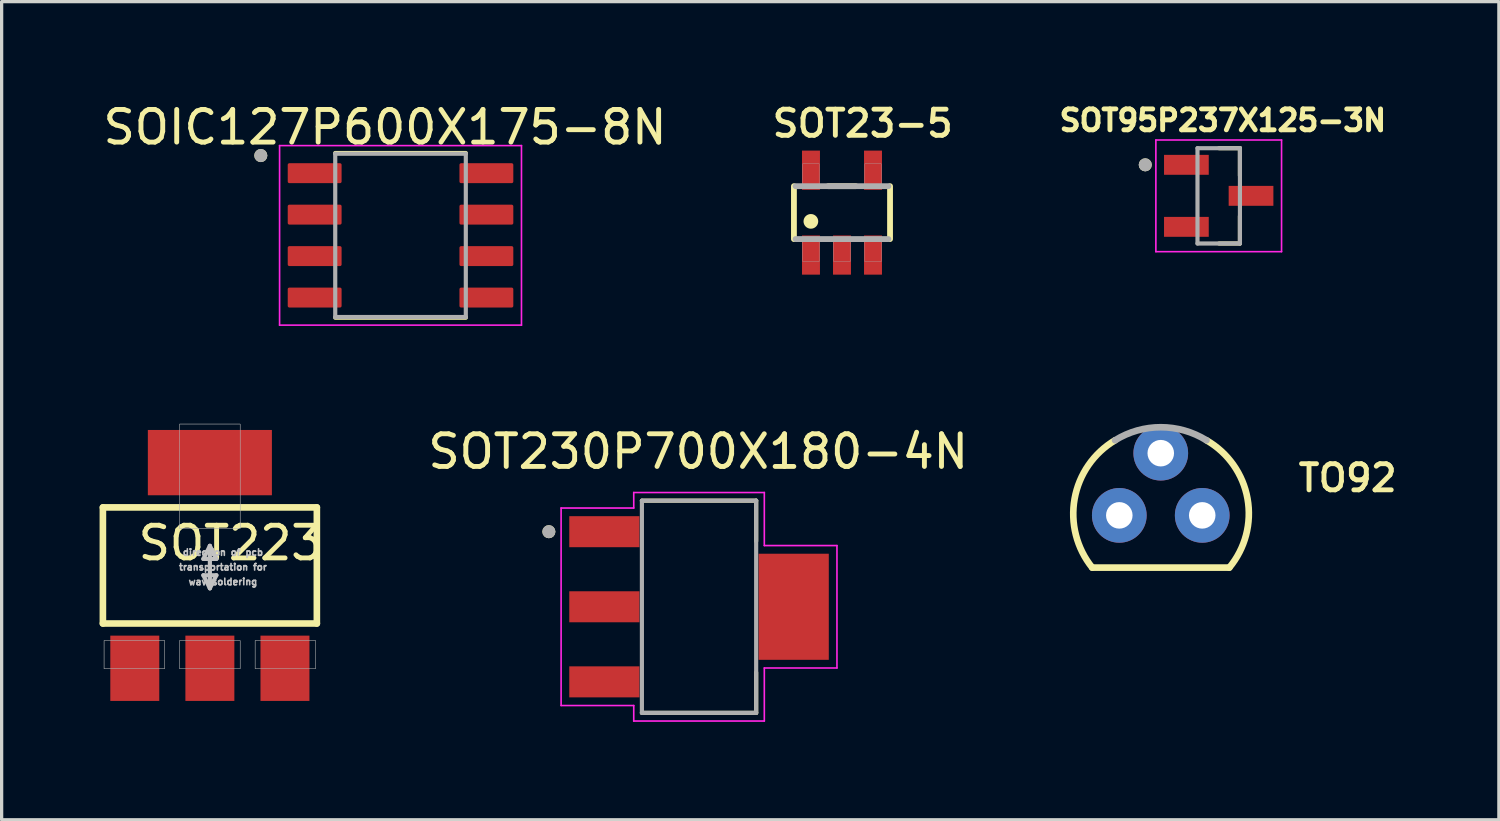
<source format=kicad_pcb>
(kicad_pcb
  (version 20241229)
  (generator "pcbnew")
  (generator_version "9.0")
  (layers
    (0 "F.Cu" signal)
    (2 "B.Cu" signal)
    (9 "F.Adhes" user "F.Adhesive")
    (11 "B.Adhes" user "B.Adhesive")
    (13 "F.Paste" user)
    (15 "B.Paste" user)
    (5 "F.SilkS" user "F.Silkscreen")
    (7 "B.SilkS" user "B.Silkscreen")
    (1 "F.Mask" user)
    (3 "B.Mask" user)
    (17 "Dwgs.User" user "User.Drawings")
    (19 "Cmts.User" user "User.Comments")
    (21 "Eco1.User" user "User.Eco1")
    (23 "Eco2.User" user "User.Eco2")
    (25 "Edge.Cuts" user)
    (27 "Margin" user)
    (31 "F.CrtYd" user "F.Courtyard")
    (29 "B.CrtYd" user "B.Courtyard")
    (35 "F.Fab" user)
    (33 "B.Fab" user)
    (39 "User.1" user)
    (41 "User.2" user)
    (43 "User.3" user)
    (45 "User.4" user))
  (footprint "SOT223"
    (layer "F.Cu")
    (at 3.379 14.271)
    (property "Reference" "SOT223" (at 0.635 -0.686 0) (layer "F.SilkS") (effects (font (size 1.001 1.001) (thickness 0.15))))
    (attr smd)
    (fp_line (start -3.277 -1.778) (end 3.277 -1.778) (stroke (width 0.203) (type solid)) (layer "F.SilkS"))
    (fp_line (start -3.277 1.778) (end -3.277 -1.778) (stroke (width 0.203) (type solid)) (layer "F.SilkS"))
    (fp_line (start 3.277 -1.778) (end 3.277 1.778) (stroke (width 0.203) (type solid)) (layer "F.SilkS"))
    (fp_line (start 3.277 1.778) (end -3.277 1.778) (stroke (width 0.203) (type solid)) (layer "F.SilkS"))
    (fp_line (start -0.2 -0.2) (end 0.2 -0.2) (stroke (width 0.127) (type solid)) (layer "Dwgs.User"))
    (fp_line (start -0.2 0.3) (end 0 0.7) (stroke (width 0.127) (type solid)) (layer "Dwgs.User"))
    (fp_line (start 0 -0.6) (end -0.2 -0.2) (stroke (width 0.127) (type solid)) (layer "Dwgs.User"))
    (fp_line (start 0 0.7) (end 0 -0.6) (stroke (width 0.127) (type solid)) (layer "Dwgs.User"))
    (fp_line (start 0 0.7) (end 0.2 0.3) (stroke (width 0.127) (type solid)) (layer "Dwgs.User"))
    (fp_line (start 0.2 -0.2) (end 0 -0.6) (stroke (width 0.127) (type solid)) (layer "Dwgs.User"))
    (fp_line (start 0.2 0.3) (end -0.2 0.3) (stroke (width 0.127) (type solid)) (layer "Dwgs.User"))
    (fp_poly (pts (xy -3.244 2.299) (xy -1.384 2.299) (xy -1.384 3.167) (xy -3.244 3.167)) (stroke (width 0.01) (type solid)) (fill no) (layer "F.Fab"))
    (fp_poly (pts (xy -3.239 2.299) (xy -1.384 2.299) (xy -1.384 3.163) (xy -3.239 3.163)) (stroke (width 0.01) (type solid)) (fill no) (layer "F.Fab"))
    (fp_poly (pts (xy -0.929 2.299) (xy 0.927 2.299) (xy 0.927 3.167) (xy -0.929 3.167)) (stroke (width 0.01) (type solid)) (fill no) (layer "F.Fab"))
    (fp_poly (pts (xy -0.928 2.299) (xy 0.927 2.299) (xy 0.927 3.166) (xy -0.928 3.166)) (stroke (width 0.01) (type solid)) (fill no) (layer "F.Fab"))
    (fp_poly (pts (xy -0.928 -4.331) (xy 0.927 -4.331) (xy 0.927 -1.131) (xy -0.928 -1.131)) (stroke (width 0.01) (type solid)) (fill no) (layer "F.Fab"))
    (fp_poly (pts (xy -0.927 -4.331) (xy 0.927 -4.331) (xy 0.927 -1.13) (xy -0.927 -1.13)) (stroke (width 0.01) (type solid)) (fill no) (layer "F.Fab"))
    (fp_poly (pts (xy 1.385 2.299) (xy 3.239 2.299) (xy 3.239 3.164) (xy 1.385 3.164)) (stroke (width 0.01) (type solid)) (fill no) (layer "F.Fab"))
    (fp_poly (pts (xy 1.386 2.299) (xy 3.239 2.299) (xy 3.239 3.166) (xy 1.386 3.166)) (stroke (width 0.01) (type solid)) (fill no) (layer "F.Fab"))
    (fp_text user "wavesoldering" (at 0.4 0.501 0) (layer "Dwgs.User") (effects (font (size 0.2 0.2) (thickness 0.15))))
    (fp_text user "direction of pcb" (at 0.4 -0.4 0) (layer "Dwgs.User") (effects (font (size 0.2 0.2) (thickness 0.15))))
    (fp_text user "transportation for" (at 0.4 0.05 0) (layer "Dwgs.User") (effects (font (size 0.2 0.2) (thickness 0.15))))
    (pad "1" smd rect (at -2.3 3.15) (size 1.5 2) (layers "F.Cu" "F.Mask" "F.Paste"))
    (pad "2" smd rect (at 0 3.15) (size 1.5 2) (layers "F.Cu" "F.Mask" "F.Paste"))
    (pad "3" smd rect (at 2.3 3.15) (size 1.5 2) (layers "F.Cu" "F.Mask" "F.Paste"))
    (pad "4" smd rect (at 0 -3.15) (size 3.8 2) (layers "F.Cu" "F.Mask" "F.Paste")))
  (footprint "TO92"
    (layer "F.Cu")
    (at 32.507 12.737)
    (property "Reference" "TO92" (at 5.724 -1.145 0) (layer "F.SilkS") (effects (font (size 0.801 0.801) (thickness 0.15))))
    (attr through_hole)
    (fp_line (start -2.1 1.6) (end 2.1 1.6) (stroke (width 0.203) (type solid)) (layer "F.SilkS"))
    (fp_arc (start -2.1 1.6) (mid -2.639254 -0.50961) (end -1.4 -2.3) (stroke (width 0.2032) (type solid)) (layer "F.SilkS"))
    (fp_arc (start 1.4 -2.3) (mid 2.657213 -0.512833) (end 2.1 1.6) (stroke (width 0.2032) (type solid)) (layer "F.SilkS"))
    (fp_arc (start -1.4 -2.3) (mid 0 -2.7) (end 1.4 -2.3) (stroke (width 0.2032) (type solid)) (layer "F.Fab"))
    (pad "1" thru_hole circle (at 1.27 0) (size 1.676 1.676) (drill 0.813) (layers "*.Cu" "*.Mask"))
    (pad "2" thru_hole circle (at 0 -1.905) (size 1.676 1.676) (drill 0.813) (layers "*.Cu" "*.Mask"))
    (pad "3" thru_hole circle (at -1.27 0) (size 1.676 1.676) (drill 0.813) (layers "*.Cu" "*.Mask")))
  (footprint "SOT23-5"
    (layer "F.Cu")
    (at 22.742 3.463)
    (property "Reference" "SOT23-5" (at 0.635 -2.731 0) (layer "F.SilkS") (effects (font (size 0.8 0.8) (thickness 0.15))))
    (attr smd)
    (fp_line (start -1.472 0.81) (end -1.472 -0.81) (stroke (width 0.178) (type solid)) (layer "F.SilkS"))
    (fp_line (start -0.422 -0.81) (end 0.422 -0.81) (stroke (width 0.178) (type solid)) (layer "F.SilkS"))
    (fp_line (start 1.472 -0.81) (end 1.472 0.81) (stroke (width 0.178) (type solid)) (layer "F.SilkS"))
    (fp_circle (center -0.953 0.268) (end -0.728 0.268) (stroke (width 0) (type solid)) (fill yes) (layer "F.SilkS"))
    (fp_line (start -1.422 -0.81) (end 1.422 -0.81) (stroke (width 0.178) (type solid)) (layer "F.Fab"))
    (fp_line (start 1.422 0.81) (end -1.422 0.81) (stroke (width 0.178) (type solid)) (layer "F.Fab"))
    (fp_poly (pts (xy -1.202 0.85) (xy -0.7 0.85) (xy -0.7 1.502) (xy -1.202 1.502)) (stroke (width 0.01) (type solid)) (fill no) (layer "F.Fab"))
    (fp_poly (pts (xy -1.202 -1.5) (xy -0.7 -1.5) (xy -0.7 -0.851) (xy -1.202 -0.851)) (stroke (width 0.01) (type solid)) (fill no) (layer "F.Fab"))
    (fp_poly (pts (xy -0.25 0.85) (xy 0.25 0.85) (xy 0.25 1.501) (xy -0.25 1.501)) (stroke (width 0.01) (type solid)) (fill no) (layer "F.Fab"))
    (fp_poly (pts (xy 0.701 -1.5) (xy 1.2 -1.5) (xy 1.2 -0.851) (xy 0.701 -0.851)) (stroke (width 0.01) (type solid)) (fill no) (layer "F.Fab"))
    (fp_poly (pts (xy 0.701 0.85) (xy 1.2 0.85) (xy 1.2 1.503) (xy 0.701 1.503)) (stroke (width 0.01) (type solid)) (fill no) (layer "F.Fab"))
    (pad "1" smd rect (at -0.95 1.3) (size 0.55 1.2) (layers "F.Cu" "F.Mask" "F.Paste"))
    (pad "2" smd rect (at 0 1.3) (size 0.55 1.2) (layers "F.Cu" "F.Mask" "F.Paste"))
    (pad "3" smd rect (at 0.95 1.3) (size 0.55 1.2) (layers "F.Cu" "F.Mask" "F.Paste"))
    (pad "4" smd rect (at 0.95 -1.3) (size 0.55 1.2) (layers "F.Cu" "F.Mask" "F.Paste"))
    (pad "5" smd rect (at -0.95 -1.3) (size 0.55 1.2) (layers "F.Cu" "F.Mask" "F.Paste")))
  (footprint "SOIC127P600X175-8N"
    (layer "F.Cu")
    (at 9.219 4.16)
    (property "Reference" "SOIC127P600X175-8N" (at -0.475 -3.312 0) (layer "F.SilkS") (effects (font (size 1 1) (thickness 0.15))))
    (attr smd)
    (fp_line (start -2 -2.523) (end 2 -2.523) (stroke (width 0.127) (type solid)) (layer "F.SilkS"))
    (fp_line (start -2 2.523) (end 2 2.523) (stroke (width 0.127) (type solid)) (layer "F.SilkS"))
    (fp_circle (center -4.28 -2.445) (end -4.18 -2.445) (stroke (width 0.2) (type solid)) (fill no) (layer "F.SilkS"))
    (fp_line (start -3.705 -2.75) (end -3.705 2.75) (stroke (width 0.05) (type solid)) (layer "F.CrtYd"))
    (fp_line (start -3.705 -2.75) (end 3.705 -2.75) (stroke (width 0.05) (type solid)) (layer "F.CrtYd"))
    (fp_line (start -3.705 2.75) (end 3.705 2.75) (stroke (width 0.05) (type solid)) (layer "F.CrtYd"))
    (fp_line (start 3.705 -2.75) (end 3.705 2.75) (stroke (width 0.05) (type solid)) (layer "F.CrtYd"))
    (fp_line (start -2 -2.5) (end -2 2.5) (stroke (width 0.127) (type solid)) (layer "F.Fab"))
    (fp_line (start -2 -2.5) (end 2 -2.5) (stroke (width 0.127) (type solid)) (layer "F.Fab"))
    (fp_line (start -2 2.5) (end 2 2.5) (stroke (width 0.127) (type solid)) (layer "F.Fab"))
    (fp_line (start 2 -2.5) (end 2 2.5) (stroke (width 0.127) (type solid)) (layer "F.Fab"))
    (fp_circle (center -4.28 -2.445) (end -4.18 -2.445) (stroke (width 0.2) (type solid)) (fill no) (layer "F.Fab"))
    (pad "1" smd roundrect (at -2.63 -1.905) (size 1.65 0.61) (layers "F.Cu" "F.Mask" "F.Paste") (roundrect_rratio 0.08))
    (pad "2" smd roundrect (at -2.63 -0.635) (size 1.65 0.61) (layers "F.Cu" "F.Mask" "F.Paste") (roundrect_rratio 0.08))
    (pad "3" smd roundrect (at -2.63 0.635) (size 1.65 0.61) (layers "F.Cu" "F.Mask" "F.Paste") (roundrect_rratio 0.08))
    (pad "4" smd roundrect (at -2.63 1.905) (size 1.65 0.61) (layers "F.Cu" "F.Mask" "F.Paste") (roundrect_rratio 0.08))
    (pad "5" smd roundrect (at 2.63 1.905) (size 1.65 0.61) (layers "F.Cu" "F.Mask" "F.Paste") (roundrect_rratio 0.08))
    (pad "6" smd roundrect (at 2.63 0.635) (size 1.65 0.61) (layers "F.Cu" "F.Mask" "F.Paste") (roundrect_rratio 0.08))
    (pad "7" smd roundrect (at 2.63 -0.635) (size 1.65 0.61) (layers "F.Cu" "F.Mask" "F.Paste") (roundrect_rratio 0.08))
    (pad "8" smd roundrect (at 2.63 -1.905) (size 1.65 0.61) (layers "F.Cu" "F.Mask" "F.Paste") (roundrect_rratio 0.08)))
  (footprint "SOT230P700X180-4N"
    (layer "F.Cu")
    (at 18.363 15.537)
    (property "Reference" "SOT230P700X180-4N" (at -0.025 -4.754 0) (layer "F.SilkS") (effects (font (size 1 1) (thickness 0.15))))
    (attr smd)
    (fp_line (start -1.75 -3.25) (end 1.75 -3.25) (stroke (width 0.127) (type solid)) (layer "F.SilkS"))
    (fp_line (start -1.75 3.25) (end 1.75 3.25) (stroke (width 0.127) (type solid)) (layer "F.SilkS"))
    (fp_line (start 1.75 -3.25) (end 1.75 -2.01) (stroke (width 0.127) (type solid)) (layer "F.SilkS"))
    (fp_line (start 1.75 3.25) (end 1.75 2.01) (stroke (width 0.127) (type solid)) (layer "F.SilkS"))
    (fp_circle (center -4.6 -2.3) (end -4.5 -2.3) (stroke (width 0.2) (type solid)) (fill no) (layer "F.SilkS"))
    (fp_line (start -4.225 -3.025) (end -4.225 3.025) (stroke (width 0.05) (type solid)) (layer "F.CrtYd"))
    (fp_line (start -4.225 3.025) (end -2 3.025) (stroke (width 0.05) (type solid)) (layer "F.CrtYd"))
    (fp_line (start -2 -3.5) (end -2 -3.025) (stroke (width 0.05) (type solid)) (layer "F.CrtYd"))
    (fp_line (start -2 -3.025) (end -4.225 -3.025) (stroke (width 0.05) (type solid)) (layer "F.CrtYd"))
    (fp_line (start -2 3.025) (end -2 3.5) (stroke (width 0.05) (type solid)) (layer "F.CrtYd"))
    (fp_line (start -2 3.5) (end 2 3.5) (stroke (width 0.05) (type solid)) (layer "F.CrtYd"))
    (fp_line (start 2 -3.5) (end -2 -3.5) (stroke (width 0.05) (type solid)) (layer "F.CrtYd"))
    (fp_line (start 2 -1.875) (end 2 -3.5) (stroke (width 0.05) (type solid)) (layer "F.CrtYd"))
    (fp_line (start 2 1.875) (end 4.225 1.875) (stroke (width 0.05) (type solid)) (layer "F.CrtYd"))
    (fp_line (start 2 3.5) (end 2 1.875) (stroke (width 0.05) (type solid)) (layer "F.CrtYd"))
    (fp_line (start 4.225 -1.875) (end 2 -1.875) (stroke (width 0.05) (type solid)) (layer "F.CrtYd"))
    (fp_line (start 4.225 1.875) (end 4.225 -1.875) (stroke (width 0.05) (type solid)) (layer "F.CrtYd"))
    (fp_line (start -1.75 -3.25) (end -1.75 3.25) (stroke (width 0.127) (type solid)) (layer "F.Fab"))
    (fp_line (start 1.75 -3.25) (end -1.75 -3.25) (stroke (width 0.127) (type solid)) (layer "F.Fab"))
    (fp_line (start 1.75 -3.25) (end 1.75 3.25) (stroke (width 0.127) (type solid)) (layer "F.Fab"))
    (fp_line (start 1.75 3.25) (end -1.75 3.25) (stroke (width 0.127) (type solid)) (layer "F.Fab"))
    (fp_circle (center -4.6 -2.3) (end -4.5 -2.3) (stroke (width 0.2) (type solid)) (fill no) (layer "F.Fab"))
    (pad "1" smd rect (at -2.9 -2.3 270) (size 0.95 2.15) (layers "F.Cu" "F.Mask" "F.Paste"))
    (pad "2" smd rect (at -2.9 0 270) (size 0.95 2.15) (layers "F.Cu" "F.Mask" "F.Paste"))
    (pad "3" smd rect (at -2.9 2.3 270) (size 0.95 2.15) (layers "F.Cu" "F.Mask" "F.Paste"))
    (pad "4" smd rect (at 2.9 0 270) (size 3.25 2.15) (layers "F.Cu" "F.Mask" "F.Paste")))
  (footprint "SOT95P237X125-3N"
    (layer "F.Cu")
    (at 34.282 2.949)
    (property "Reference" "SOT95P237X125-3N" (at 0.127 -2.311 0) (layer "F.SilkS") (effects (font (size 0.64 0.64) (thickness 0.15))))
    (attr smd)
    (fp_line (start 0.01 -1.46) (end 0.65 -1.46) (stroke (width 0.127) (type solid)) (layer "F.SilkS"))
    (fp_line (start 0.65 -1.46) (end 0.65 -0.62) (stroke (width 0.127) (type solid)) (layer "F.SilkS"))
    (fp_line (start 0.65 0.62) (end 0.65 1.46) (stroke (width 0.127) (type solid)) (layer "F.SilkS"))
    (fp_line (start 0.65 1.46) (end 0.01 1.46) (stroke (width 0.127) (type solid)) (layer "F.SilkS"))
    (fp_circle (center -2.25 -0.95) (end -2.15 -0.95) (stroke (width 0.2) (type solid)) (fill no) (layer "F.SilkS"))
    (fp_line (start -1.925 -1.71) (end 1.925 -1.71) (stroke (width 0.05) (type solid)) (layer "F.CrtYd"))
    (fp_line (start -1.925 1.71) (end -1.925 -1.71) (stroke (width 0.05) (type solid)) (layer "F.CrtYd"))
    (fp_line (start 1.925 -1.71) (end 1.925 1.71) (stroke (width 0.05) (type solid)) (layer "F.CrtYd"))
    (fp_line (start 1.925 1.71) (end -1.925 1.71) (stroke (width 0.05) (type solid)) (layer "F.CrtYd"))
    (fp_line (start -0.65 -1.46) (end 0.65 -1.46) (stroke (width 0.127) (type solid)) (layer "F.Fab"))
    (fp_line (start -0.65 1.46) (end -0.65 -1.46) (stroke (width 0.127) (type solid)) (layer "F.Fab"))
    (fp_line (start 0.65 -1.46) (end 0.65 1.46) (stroke (width 0.127) (type solid)) (layer "F.Fab"))
    (fp_line (start 0.65 1.46) (end -0.65 1.46) (stroke (width 0.127) (type solid)) (layer "F.Fab"))
    (fp_circle (center -2.25 -0.95) (end -2.15 -0.95) (stroke (width 0.2) (type solid)) (fill no) (layer "F.Fab"))
    (pad "1" smd rect (at -0.99 -0.95) (size 1.37 0.61) (layers "F.Cu" "F.Mask" "F.Paste"))
    (pad "2" smd rect (at -0.99 0.95) (size 1.37 0.61) (layers "F.Cu" "F.Mask" "F.Paste"))
    (pad "3" smd rect (at 0.99 0) (size 1.37 0.61) (layers "F.Cu" "F.Mask" "F.Paste")))
  (gr_rect
    (start -3 -3)
    (end 42.864 22.062)
    (stroke (width 0.1) (type default))
    (fill no)
    (layer "Edge.Cuts")))
</source>
